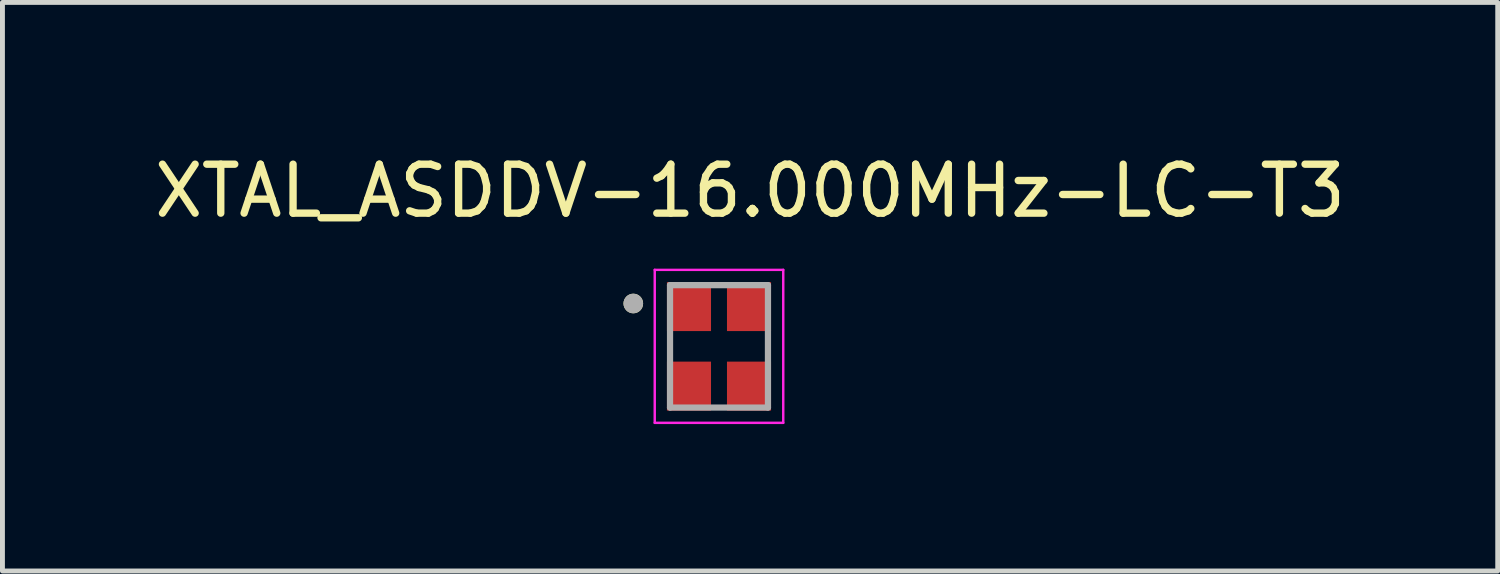
<source format=kicad_pcb>
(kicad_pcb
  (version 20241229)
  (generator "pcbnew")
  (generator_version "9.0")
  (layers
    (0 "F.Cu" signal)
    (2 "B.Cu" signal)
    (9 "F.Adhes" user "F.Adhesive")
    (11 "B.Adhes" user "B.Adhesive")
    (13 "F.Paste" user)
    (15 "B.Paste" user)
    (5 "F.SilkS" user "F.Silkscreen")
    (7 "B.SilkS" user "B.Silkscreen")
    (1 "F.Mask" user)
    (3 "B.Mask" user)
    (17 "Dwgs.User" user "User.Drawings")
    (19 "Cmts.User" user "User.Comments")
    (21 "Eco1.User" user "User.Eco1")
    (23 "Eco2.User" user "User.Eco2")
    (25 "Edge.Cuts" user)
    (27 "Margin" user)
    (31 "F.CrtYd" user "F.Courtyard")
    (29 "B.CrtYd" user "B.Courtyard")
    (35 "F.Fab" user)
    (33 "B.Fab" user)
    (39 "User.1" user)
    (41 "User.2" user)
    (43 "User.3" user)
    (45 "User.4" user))
  (footprint "XTAL_ASDDV-16.000MHz-LC-T3"
    (layer "F.Cu")
    (at 11.633 4.023)
    (property "Reference" "XTAL_ASDDV-16.000MHz-LC-T3" (at 0.635 -3.175 0) (layer "F.SilkS") (effects (font (size 1 1) (thickness 0.15))))
    (attr smd)
    (fp_circle (center -1.75 -0.875) (end -1.65 -0.875) (stroke (width 0.2) (type solid)) (fill no) (layer "F.SilkS"))
    (fp_line (start -1.312 -1.562) (end -1.312 1.562) (stroke (width 0.05) (type solid)) (layer "F.CrtYd"))
    (fp_line (start -1.312 1.562) (end 1.312 1.562) (stroke (width 0.05) (type solid)) (layer "F.CrtYd"))
    (fp_line (start 1.312 -1.562) (end -1.312 -1.562) (stroke (width 0.05) (type solid)) (layer "F.CrtYd"))
    (fp_line (start 1.312 1.562) (end 1.312 -1.562) (stroke (width 0.05) (type solid)) (layer "F.CrtYd"))
    (fp_line (start -1 -1.25) (end 1 -1.25) (stroke (width 0.127) (type solid)) (layer "F.Fab"))
    (fp_line (start -1 1.25) (end -1 -1.25) (stroke (width 0.127) (type solid)) (layer "F.Fab"))
    (fp_line (start 1 -1.25) (end 1 1.25) (stroke (width 0.127) (type solid)) (layer "F.Fab"))
    (fp_line (start 1 1.25) (end -1 1.25) (stroke (width 0.127) (type solid)) (layer "F.Fab"))
    (fp_circle (center -1.75 -0.875) (end -1.65 -0.875) (stroke (width 0.2) (type solid)) (fill no) (layer "F.Fab"))
    (pad "1" smd rect (at -0.613 -0.812) (size 0.9 1) (layers "F.Cu" "F.Mask" "F.Paste"))
    (pad "2" smd rect (at -0.613 0.812) (size 0.9 1) (layers "F.Cu" "F.Mask" "F.Paste"))
    (pad "3" smd rect (at 0.613 0.812) (size 0.9 1) (layers "F.Cu" "F.Mask" "F.Paste"))
    (pad "4" smd rect (at 0.613 -0.812) (size 0.9 1) (layers "F.Cu" "F.Mask" "F.Paste")))
  (gr_rect
    (start -3 -3)
    (end 27.536 8.611)
    (stroke (width 0.1) (type default))
    (fill no)
    (layer "Edge.Cuts")))
</source>
